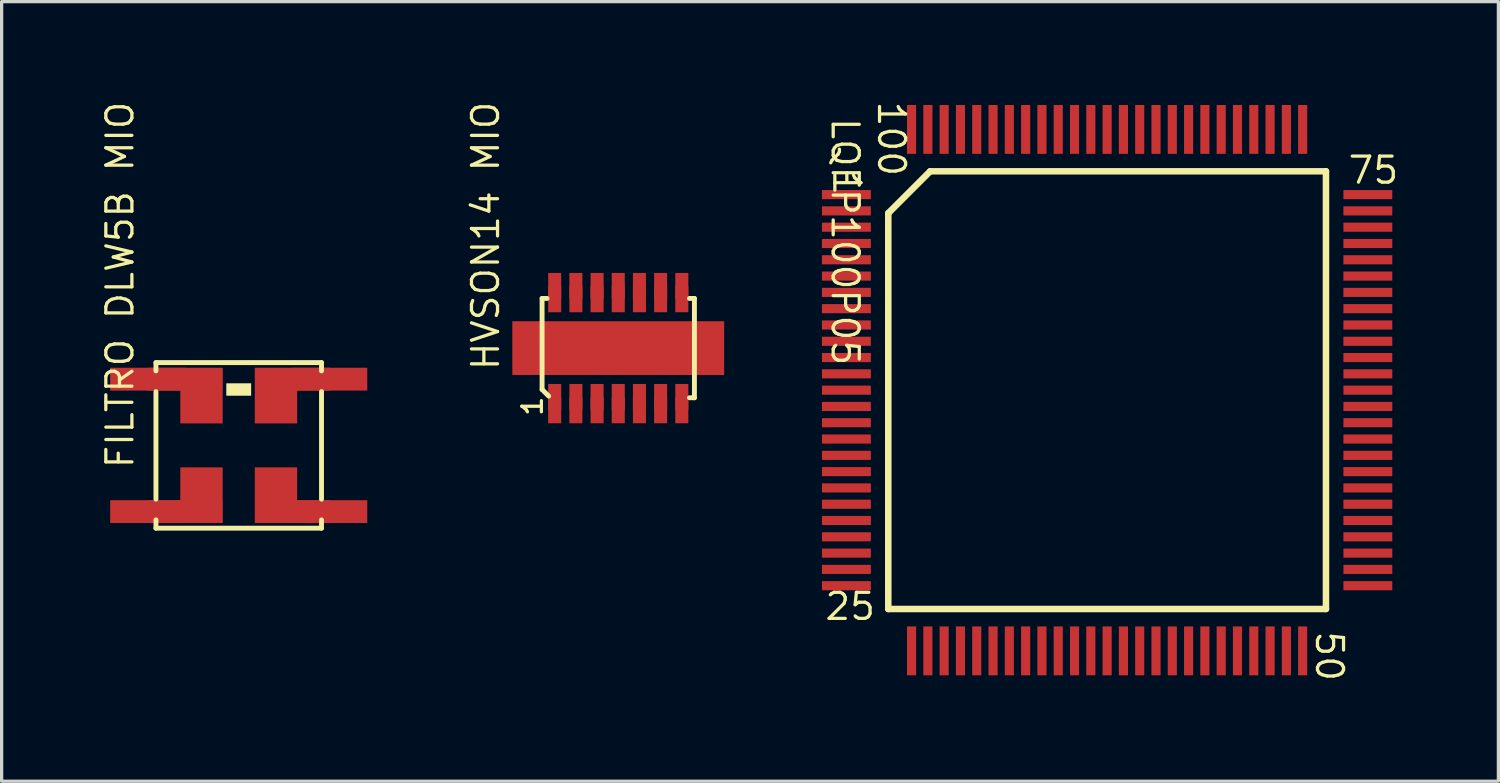
<source format=kicad_pcb>
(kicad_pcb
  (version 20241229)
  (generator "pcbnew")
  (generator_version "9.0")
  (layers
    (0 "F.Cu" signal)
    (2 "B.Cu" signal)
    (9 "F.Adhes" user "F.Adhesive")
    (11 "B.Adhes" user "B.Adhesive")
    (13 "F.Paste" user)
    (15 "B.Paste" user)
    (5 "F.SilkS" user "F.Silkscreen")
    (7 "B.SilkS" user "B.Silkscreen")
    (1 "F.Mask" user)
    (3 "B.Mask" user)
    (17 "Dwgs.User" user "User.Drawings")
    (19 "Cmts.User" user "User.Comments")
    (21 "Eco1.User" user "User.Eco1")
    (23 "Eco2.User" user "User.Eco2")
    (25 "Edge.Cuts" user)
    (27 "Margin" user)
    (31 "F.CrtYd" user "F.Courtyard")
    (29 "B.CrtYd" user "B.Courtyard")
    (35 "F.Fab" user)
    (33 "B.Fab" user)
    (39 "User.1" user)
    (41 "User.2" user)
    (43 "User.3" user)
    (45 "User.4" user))
  (footprint "HVSON14 MIO"
    (layer "F.Cu")
    (at 13.97 9.131)
    (property "Reference" "HVSON14 MIO" (at -1.651 -0.762 90) (unlocked yes) (layer "F.SilkS") (effects (font (size 0.8 0.8) (thickness 0.1)) (justify left bottom)))
    (fp_line (start -0.387 -3.024) (end -0.234 -3.024) (stroke (width 0.15) (type solid)) (layer "F.SilkS"))
    (fp_line (start -0.387 -0.23) (end -0.387 -3.024) (stroke (width 0.15) (type solid)) (layer "F.SilkS"))
    (fp_line (start -0.387 -0.23) (end -0.184 -0.027) (stroke (width 0.15) (type solid)) (layer "F.SilkS"))
    (fp_line (start 4.134 -3.024) (end 4.287 -3.024) (stroke (width 0.15) (type solid)) (layer "F.SilkS"))
    (fp_line (start 4.134 0.024) (end 4.287 0.024) (stroke (width 0.15) (type solid)) (layer "F.SilkS"))
    (fp_line (start 4.287 0.024) (end 4.287 -3.024) (stroke (width 0.15) (type solid)) (layer "F.SilkS"))
    (fp_text user "1" (at -0.33 0.635 90) (unlocked yes) (layer "F.SilkS") (effects (font (size 0.6 0.6) (thickness 0.1)) (justify left bottom)))
    (pad "1" smd rect (at 0 0 180) (size 0.4 0.8) (layers "F.Cu" "F.Mask" "F.Paste"))
    (pad "1" smd rect (at 0 0.406 180) (size 0.4 0.8) (layers "F.Cu" "F.Mask" "F.Paste"))
    (pad "2" smd rect (at 0.65 0 180) (size 0.4 0.8) (layers "F.Cu" "F.Mask" "F.Paste"))
    (pad "2" smd rect (at 0.65 0.406 180) (size 0.4 0.8) (layers "F.Cu" "F.Mask" "F.Paste"))
    (pad "3" smd rect (at 1.3 0 180) (size 0.4 0.8) (layers "F.Cu" "F.Mask" "F.Paste"))
    (pad "3" smd rect (at 1.3 0.406 180) (size 0.4 0.8) (layers "F.Cu" "F.Mask" "F.Paste"))
    (pad "4" smd rect (at 1.95 0 180) (size 0.4 0.8) (layers "F.Cu" "F.Mask" "F.Paste"))
    (pad "4" smd rect (at 1.95 0.406 180) (size 0.4 0.8) (layers "F.Cu" "F.Mask" "F.Paste"))
    (pad "5" smd rect (at 2.6 0 180) (size 0.4 0.8) (layers "F.Cu" "F.Mask" "F.Paste"))
    (pad "5" smd rect (at 2.6 0.406 180) (size 0.4 0.8) (layers "F.Cu" "F.Mask" "F.Paste"))
    (pad "6" smd rect (at 3.25 0 180) (size 0.4 0.8) (layers "F.Cu" "F.Mask" "F.Paste"))
    (pad "6" smd rect (at 3.25 0.406 180) (size 0.4 0.8) (layers "F.Cu" "F.Mask" "F.Paste"))
    (pad "7" smd rect (at 3.9 0 180) (size 0.4 0.8) (layers "F.Cu" "F.Mask" "F.Paste"))
    (pad "7" smd rect (at 3.9 0.406 180) (size 0.4 0.8) (layers "F.Cu" "F.Mask" "F.Paste"))
    (pad "8" smd rect (at 3.9 -3.406 180) (size 0.4 0.8) (layers "F.Cu" "F.Mask" "F.Paste"))
    (pad "8" smd rect (at 3.9 -3 180) (size 0.4 0.8) (layers "F.Cu" "F.Mask" "F.Paste"))
    (pad "9" smd rect (at 3.25 -3.406 180) (size 0.4 0.8) (layers "F.Cu" "F.Mask" "F.Paste"))
    (pad "9" smd rect (at 3.25 -3 180) (size 0.4 0.8) (layers "F.Cu" "F.Mask" "F.Paste"))
    (pad "10" smd rect (at 2.6 -3.406 180) (size 0.4 0.8) (layers "F.Cu" "F.Mask" "F.Paste"))
    (pad "10" smd rect (at 2.6 -3 180) (size 0.4 0.8) (layers "F.Cu" "F.Mask" "F.Paste"))
    (pad "11" smd rect (at 1.95 -3.406 180) (size 0.4 0.8) (layers "F.Cu" "F.Mask" "F.Paste"))
    (pad "11" smd rect (at 1.95 -3 180) (size 0.4 0.8) (layers "F.Cu" "F.Mask" "F.Paste"))
    (pad "12" smd rect (at 1.3 -3.406 180) (size 0.4 0.8) (layers "F.Cu" "F.Mask" "F.Paste"))
    (pad "12" smd rect (at 1.3 -3 180) (size 0.4 0.8) (layers "F.Cu" "F.Mask" "F.Paste"))
    (pad "13" smd rect (at 0.65 -3.406 180) (size 0.4 0.8) (layers "F.Cu" "F.Mask" "F.Paste"))
    (pad "13" smd rect (at 0.65 -3 180) (size 0.4 0.8) (layers "F.Cu" "F.Mask" "F.Paste"))
    (pad "14" smd rect (at 0 -3.406 180) (size 0.4 0.8) (layers "F.Cu" "F.Mask" "F.Paste"))
    (pad "14" smd rect (at 0 -3 180) (size 0.4 0.8) (layers "F.Cu" "F.Mask" "F.Paste"))
    (pad "15" smd rect (at 1.95 -1.5 180) (size 6.5 1.65) (layers "F.Cu" "F.Mask" "F.Paste")))
  (footprint "FILTRO DLW5B MIO"
    (layer "F.Cu")
    (at 2.624 8.584)
    (property "Reference" "FILTRO DLW5B MIO" (at -1.524 2.794 90) (unlocked yes) (layer "F.SilkS") (effects (font (size 0.8 0.8) (thickness 0.1)) (justify left bottom)))
    (fp_line (start -0.889 -0.508) (end 4.191 -0.508) (stroke (width 0.15) (type solid)) (layer "F.SilkS"))
    (fp_line (start -0.889 -0.254) (end -0.889 -0.508) (stroke (width 0.15) (type solid)) (layer "F.SilkS"))
    (fp_line (start -0.889 3.683) (end -0.889 0.381) (stroke (width 0.15) (type solid)) (layer "F.SilkS"))
    (fp_line (start -0.889 4.572) (end -0.889 4.318) (stroke (width 0.15) (type solid)) (layer "F.SilkS"))
    (fp_line (start -0.889 4.572) (end 4.191 4.572) (stroke (width 0.15) (type solid)) (layer "F.SilkS"))
    (fp_line (start 4.191 -0.254) (end 4.191 -0.508) (stroke (width 0.15) (type solid)) (layer "F.SilkS"))
    (fp_line (start 4.191 3.683) (end 4.191 0.381) (stroke (width 0.15) (type solid)) (layer "F.SilkS"))
    (fp_line (start 4.191 4.572) (end 4.191 4.318) (stroke (width 0.15) (type solid)) (layer "F.SilkS"))
    (fp_rect (start 2.032 0.127) (end 1.27 0.508) (stroke (width 0) (type default)) (fill yes) (layer "F.SilkS"))
    (pad "1" smd rect (at -1.143 0 90) (size 0.7 2.3) (layers "F.Cu" "F.Mask" "F.Paste"))
    (pad "1" smd rect (at 0 0 90) (size 0.7 2.3) (layers "F.Cu" "F.Mask" "F.Paste"))
    (pad "1" smd rect (at 0.508 0.508 90) (size 1.7 1.3) (layers "F.Cu" "F.Mask" "F.Paste"))
    (pad "2" smd rect (at 2.794 0.508 90) (size 1.7 1.3) (layers "F.Cu" "F.Mask" "F.Paste"))
    (pad "2" smd rect (at 3.302 0 90) (size 0.7 2.3) (layers "F.Cu" "F.Mask" "F.Paste"))
    (pad "2" smd rect (at 4.445 0 90) (size 0.7 2.3) (layers "F.Cu" "F.Mask" "F.Paste"))
    (pad "3" smd rect (at 2.794 3.556 90) (size 1.7 1.3) (layers "F.Cu" "F.Mask" "F.Paste"))
    (pad "3" smd rect (at 3.302 4.064 90) (size 0.7 2.3) (layers "F.Cu" "F.Mask" "F.Paste"))
    (pad "3" smd rect (at 4.445 4.064 90) (size 0.7 2.3) (layers "F.Cu" "F.Mask" "F.Paste"))
    (pad "4" smd rect (at -1.143 4.064 90) (size 0.7 2.3) (layers "F.Cu" "F.Mask" "F.Paste"))
    (pad "4" smd rect (at 0 4.064 90) (size 0.7 2.3) (layers "F.Cu" "F.Mask" "F.Paste"))
    (pad "4" smd rect (at 0.508 3.556 90) (size 1.7 1.3) (layers "F.Cu" "F.Mask" "F.Paste")))
  (footprint "LQFP100P05"
    (layer "F.Cu")
    (at 22.92 2.921)
    (property "Reference" "LQFP100P05" (at -0.508 -2.413 270) (unlocked yes) (layer "F.SilkS") (effects (font (size 0.8 0.8) (thickness 0.1)) (justify left bottom)))
    (fp_line (start 1.285 0.57) (end 1.285 12.715) (stroke (width 0.2) (type solid)) (layer "F.SilkS"))
    (fp_line (start 1.285 12.715) (end 14.715 12.715) (stroke (width 0.2) (type solid)) (layer "F.SilkS"))
    (fp_line (start 2.57 -0.715) (end 1.285 0.57) (stroke (width 0.2) (type solid)) (layer "F.SilkS"))
    (fp_line (start 2.57 -0.715) (end 14.715 -0.715) (stroke (width 0.2) (type solid)) (layer "F.SilkS"))
    (fp_line (start 14.715 -0.715) (end 14.715 12.715) (stroke (width 0.2) (type solid)) (layer "F.SilkS"))
    (fp_text user "100" (at 0.914 -2.921 270) (unlocked yes) (layer "F.SilkS") (effects (font (size 0.8 0.8) (thickness 0.1)) (justify left bottom)))
    (fp_text user "25" (at -0.711 13.106 0) (unlocked yes) (layer "F.SilkS") (effects (font (size 0.8 0.8) (thickness 0.1)) (justify left bottom)))
    (fp_text user "1" (at -0.457 -0.813 270) (unlocked yes) (layer "F.SilkS") (effects (font (size 0.8 0.8) (thickness 0.1)) (justify left bottom)))
    (fp_text user "50" (at 14.351 13.335 270) (unlocked yes) (layer "F.SilkS") (effects (font (size 0.8 0.8) (thickness 0.1)) (justify left bottom)))
    (fp_text user "75" (at 15.342 -0.279 0) (unlocked yes) (layer "F.SilkS") (effects (font (size 0.8 0.8) (thickness 0.1)) (justify left bottom)))
    (pad "1" smd rect (at 0 0 90) (size 0.28 1.5) (layers "F.Cu" "F.Mask" "F.Paste"))
    (pad "2" smd rect (at 0 0.5 90) (size 0.28 1.5) (layers "F.Cu" "F.Mask" "F.Paste"))
    (pad "3" smd rect (at 0 1 90) (size 0.28 1.5) (layers "F.Cu" "F.Mask" "F.Paste"))
    (pad "4" smd rect (at 0 1.5 90) (size 0.28 1.5) (layers "F.Cu" "F.Mask" "F.Paste"))
    (pad "5" smd rect (at 0 2 90) (size 0.28 1.5) (layers "F.Cu" "F.Mask" "F.Paste"))
    (pad "6" smd rect (at 0 2.5 90) (size 0.28 1.5) (layers "F.Cu" "F.Mask" "F.Paste"))
    (pad "7" smd rect (at 0 3 90) (size 0.28 1.5) (layers "F.Cu" "F.Mask" "F.Paste"))
    (pad "8" smd rect (at 0 3.5 90) (size 0.28 1.5) (layers "F.Cu" "F.Mask" "F.Paste"))
    (pad "9" smd rect (at 0 4 90) (size 0.28 1.5) (layers "F.Cu" "F.Mask" "F.Paste"))
    (pad "10" smd rect (at 0 4.5 90) (size 0.28 1.5) (layers "F.Cu" "F.Mask" "F.Paste"))
    (pad "11" smd rect (at 0 5 90) (size 0.28 1.5) (layers "F.Cu" "F.Mask" "F.Paste"))
    (pad "12" smd rect (at 0 5.5 90) (size 0.28 1.5) (layers "F.Cu" "F.Mask" "F.Paste"))
    (pad "13" smd rect (at 0 6 90) (size 0.28 1.5) (layers "F.Cu" "F.Mask" "F.Paste"))
    (pad "14" smd rect (at 0 6.5 90) (size 0.28 1.5) (layers "F.Cu" "F.Mask" "F.Paste"))
    (pad "15" smd rect (at 0 7 90) (size 0.28 1.5) (layers "F.Cu" "F.Mask" "F.Paste"))
    (pad "16" smd rect (at 0 7.5 90) (size 0.28 1.5) (layers "F.Cu" "F.Mask" "F.Paste"))
    (pad "17" smd rect (at 0 8 90) (size 0.28 1.5) (layers "F.Cu" "F.Mask" "F.Paste"))
    (pad "18" smd rect (at 0 8.5 90) (size 0.28 1.5) (layers "F.Cu" "F.Mask" "F.Paste"))
    (pad "19" smd rect (at 0 9 90) (size 0.28 1.5) (layers "F.Cu" "F.Mask" "F.Paste"))
    (pad "20" smd rect (at 0 9.5 90) (size 0.28 1.5) (layers "F.Cu" "F.Mask" "F.Paste"))
    (pad "21" smd rect (at 0 10 90) (size 0.28 1.5) (layers "F.Cu" "F.Mask" "F.Paste"))
    (pad "22" smd rect (at 0 10.5 90) (size 0.28 1.5) (layers "F.Cu" "F.Mask" "F.Paste"))
    (pad "23" smd rect (at 0 11 90) (size 0.28 1.5) (layers "F.Cu" "F.Mask" "F.Paste"))
    (pad "24" smd rect (at 0 11.5 90) (size 0.28 1.5) (layers "F.Cu" "F.Mask" "F.Paste"))
    (pad "25" smd rect (at 0 12 90) (size 0.28 1.5) (layers "F.Cu" "F.Mask" "F.Paste"))
    (pad "26" smd rect (at 2 14) (size 0.28 1.5) (layers "F.Cu" "F.Mask" "F.Paste"))
    (pad "27" smd rect (at 2.5 14) (size 0.28 1.5) (layers "F.Cu" "F.Mask" "F.Paste"))
    (pad "28" smd rect (at 3 14) (size 0.28 1.5) (layers "F.Cu" "F.Mask" "F.Paste"))
    (pad "29" smd rect (at 3.5 14) (size 0.28 1.5) (layers "F.Cu" "F.Mask" "F.Paste"))
    (pad "30" smd rect (at 4 14) (size 0.28 1.5) (layers "F.Cu" "F.Mask" "F.Paste"))
    (pad "31" smd rect (at 4.5 14) (size 0.28 1.5) (layers "F.Cu" "F.Mask" "F.Paste"))
    (pad "32" smd rect (at 5 14) (size 0.28 1.5) (layers "F.Cu" "F.Mask" "F.Paste"))
    (pad "33" smd rect (at 5.5 14) (size 0.28 1.5) (layers "F.Cu" "F.Mask" "F.Paste"))
    (pad "34" smd rect (at 6 14) (size 0.28 1.5) (layers "F.Cu" "F.Mask" "F.Paste"))
    (pad "35" smd rect (at 6.5 14) (size 0.28 1.5) (layers "F.Cu" "F.Mask" "F.Paste"))
    (pad "36" smd rect (at 7 14) (size 0.28 1.5) (layers "F.Cu" "F.Mask" "F.Paste"))
    (pad "37" smd rect (at 7.5 14) (size 0.28 1.5) (layers "F.Cu" "F.Mask" "F.Paste"))
    (pad "38" smd rect (at 8 14) (size 0.28 1.5) (layers "F.Cu" "F.Mask" "F.Paste"))
    (pad "39" smd rect (at 8.5 14) (size 0.28 1.5) (layers "F.Cu" "F.Mask" "F.Paste"))
    (pad "40" smd rect (at 9 14) (size 0.28 1.5) (layers "F.Cu" "F.Mask" "F.Paste"))
    (pad "41" smd rect (at 9.5 14) (size 0.28 1.5) (layers "F.Cu" "F.Mask" "F.Paste"))
    (pad "42" smd rect (at 10 14) (size 0.28 1.5) (layers "F.Cu" "F.Mask" "F.Paste"))
    (pad "43" smd rect (at 10.5 14) (size 0.28 1.5) (layers "F.Cu" "F.Mask" "F.Paste"))
    (pad "44" smd rect (at 11 14) (size 0.28 1.5) (layers "F.Cu" "F.Mask" "F.Paste"))
    (pad "45" smd rect (at 11.5 14) (size 0.28 1.5) (layers "F.Cu" "F.Mask" "F.Paste"))
    (pad "46" smd rect (at 12 14) (size 0.28 1.5) (layers "F.Cu" "F.Mask" "F.Paste"))
    (pad "47" smd rect (at 12.5 14) (size 0.28 1.5) (layers "F.Cu" "F.Mask" "F.Paste"))
    (pad "48" smd rect (at 13 14) (size 0.28 1.5) (layers "F.Cu" "F.Mask" "F.Paste"))
    (pad "49" smd rect (at 13.5 14) (size 0.28 1.5) (layers "F.Cu" "F.Mask" "F.Paste"))
    (pad "50" smd rect (at 14 14) (size 0.28 1.5) (layers "F.Cu" "F.Mask" "F.Paste"))
    (pad "51" smd rect (at 16 12 90) (size 0.28 1.5) (layers "F.Cu" "F.Mask" "F.Paste"))
    (pad "52" smd rect (at 16 11.5 90) (size 0.28 1.5) (layers "F.Cu" "F.Mask" "F.Paste"))
    (pad "53" smd rect (at 16 11 90) (size 0.28 1.5) (layers "F.Cu" "F.Mask" "F.Paste"))
    (pad "54" smd rect (at 16 10.5 90) (size 0.28 1.5) (layers "F.Cu" "F.Mask" "F.Paste"))
    (pad "55" smd rect (at 16 10 90) (size 0.28 1.5) (layers "F.Cu" "F.Mask" "F.Paste"))
    (pad "56" smd rect (at 16 9.5 90) (size 0.28 1.5) (layers "F.Cu" "F.Mask" "F.Paste"))
    (pad "57" smd rect (at 16 9 90) (size 0.28 1.5) (layers "F.Cu" "F.Mask" "F.Paste"))
    (pad "58" smd rect (at 16 8.5 90) (size 0.28 1.5) (layers "F.Cu" "F.Mask" "F.Paste"))
    (pad "59" smd rect (at 16 8 90) (size 0.28 1.5) (layers "F.Cu" "F.Mask" "F.Paste"))
    (pad "60" smd rect (at 16 7.5 90) (size 0.28 1.5) (layers "F.Cu" "F.Mask" "F.Paste"))
    (pad "61" smd rect (at 16 7 90) (size 0.28 1.5) (layers "F.Cu" "F.Mask" "F.Paste"))
    (pad "62" smd rect (at 16 6.5 90) (size 0.28 1.5) (layers "F.Cu" "F.Mask" "F.Paste"))
    (pad "63" smd rect (at 16 6 90) (size 0.28 1.5) (layers "F.Cu" "F.Mask" "F.Paste"))
    (pad "64" smd rect (at 16 5.5 90) (size 0.28 1.5) (layers "F.Cu" "F.Mask" "F.Paste"))
    (pad "65" smd rect (at 16 5 90) (size 0.28 1.5) (layers "F.Cu" "F.Mask" "F.Paste"))
    (pad "66" smd rect (at 16 4.5 90) (size 0.28 1.5) (layers "F.Cu" "F.Mask" "F.Paste"))
    (pad "67" smd rect (at 16 4 90) (size 0.28 1.5) (layers "F.Cu" "F.Mask" "F.Paste"))
    (pad "68" smd rect (at 16 3.5 90) (size 0.28 1.5) (layers "F.Cu" "F.Mask" "F.Paste"))
    (pad "69" smd rect (at 16 3 90) (size 0.28 1.5) (layers "F.Cu" "F.Mask" "F.Paste"))
    (pad "70" smd rect (at 16 2.5 90) (size 0.28 1.5) (layers "F.Cu" "F.Mask" "F.Paste"))
    (pad "71" smd rect (at 16 2 90) (size 0.28 1.5) (layers "F.Cu" "F.Mask" "F.Paste"))
    (pad "72" smd rect (at 16 1.5 90) (size 0.28 1.5) (layers "F.Cu" "F.Mask" "F.Paste"))
    (pad "73" smd rect (at 16 1 90) (size 0.28 1.5) (layers "F.Cu" "F.Mask" "F.Paste"))
    (pad "74" smd rect (at 16 0.5 90) (size 0.28 1.5) (layers "F.Cu" "F.Mask" "F.Paste"))
    (pad "75" smd rect (at 16 0 90) (size 0.28 1.5) (layers "F.Cu" "F.Mask" "F.Paste"))
    (pad "76" smd rect (at 14 -2) (size 0.28 1.5) (layers "F.Cu" "F.Mask" "F.Paste"))
    (pad "77" smd rect (at 13.5 -2) (size 0.28 1.5) (layers "F.Cu" "F.Mask" "F.Paste"))
    (pad "78" smd rect (at 13 -2) (size 0.28 1.5) (layers "F.Cu" "F.Mask" "F.Paste"))
    (pad "79" smd rect (at 12.5 -2) (size 0.28 1.5) (layers "F.Cu" "F.Mask" "F.Paste"))
    (pad "80" smd rect (at 12 -2) (size 0.28 1.5) (layers "F.Cu" "F.Mask" "F.Paste"))
    (pad "81" smd rect (at 11.5 -2) (size 0.28 1.5) (layers "F.Cu" "F.Mask" "F.Paste"))
    (pad "82" smd rect (at 11 -2) (size 0.28 1.5) (layers "F.Cu" "F.Mask" "F.Paste"))
    (pad "83" smd rect (at 10.5 -2) (size 0.28 1.5) (layers "F.Cu" "F.Mask" "F.Paste"))
    (pad "84" smd rect (at 10 -2) (size 0.28 1.5) (layers "F.Cu" "F.Mask" "F.Paste"))
    (pad "85" smd rect (at 9.5 -2) (size 0.28 1.5) (layers "F.Cu" "F.Mask" "F.Paste"))
    (pad "86" smd rect (at 9 -2) (size 0.28 1.5) (layers "F.Cu" "F.Mask" "F.Paste"))
    (pad "87" smd rect (at 8.5 -2) (size 0.28 1.5) (layers "F.Cu" "F.Mask" "F.Paste"))
    (pad "88" smd rect (at 8 -2) (size 0.28 1.5) (layers "F.Cu" "F.Mask" "F.Paste"))
    (pad "89" smd rect (at 7.5 -2) (size 0.28 1.5) (layers "F.Cu" "F.Mask" "F.Paste"))
    (pad "90" smd rect (at 7 -2) (size 0.28 1.5) (layers "F.Cu" "F.Mask" "F.Paste"))
    (pad "91" smd rect (at 6.5 -2) (size 0.28 1.5) (layers "F.Cu" "F.Mask" "F.Paste"))
    (pad "92" smd rect (at 6 -2) (size 0.28 1.5) (layers "F.Cu" "F.Mask" "F.Paste"))
    (pad "93" smd rect (at 5.5 -2) (size 0.28 1.5) (layers "F.Cu" "F.Mask" "F.Paste"))
    (pad "94" smd rect (at 5 -2) (size 0.28 1.5) (layers "F.Cu" "F.Mask" "F.Paste"))
    (pad "95" smd rect (at 4.5 -2) (size 0.28 1.5) (layers "F.Cu" "F.Mask" "F.Paste"))
    (pad "96" smd rect (at 4 -2) (size 0.28 1.5) (layers "F.Cu" "F.Mask" "F.Paste"))
    (pad "97" smd rect (at 3.5 -2) (size 0.28 1.5) (layers "F.Cu" "F.Mask" "F.Paste"))
    (pad "98" smd rect (at 3 -2) (size 0.28 1.5) (layers "F.Cu" "F.Mask" "F.Paste"))
    (pad "99" smd rect (at 2.5 -2) (size 0.28 1.5) (layers "F.Cu" "F.Mask" "F.Paste"))
    (pad "100" smd rect (at 2 -2) (size 0.28 1.5) (layers "F.Cu" "F.Mask" "F.Paste")))
  (gr_rect
    (start -3 -3)
    (end 42.925 20.92)
    (stroke (width 0.1) (type default))
    (fill no)
    (layer "Edge.Cuts")))
</source>
